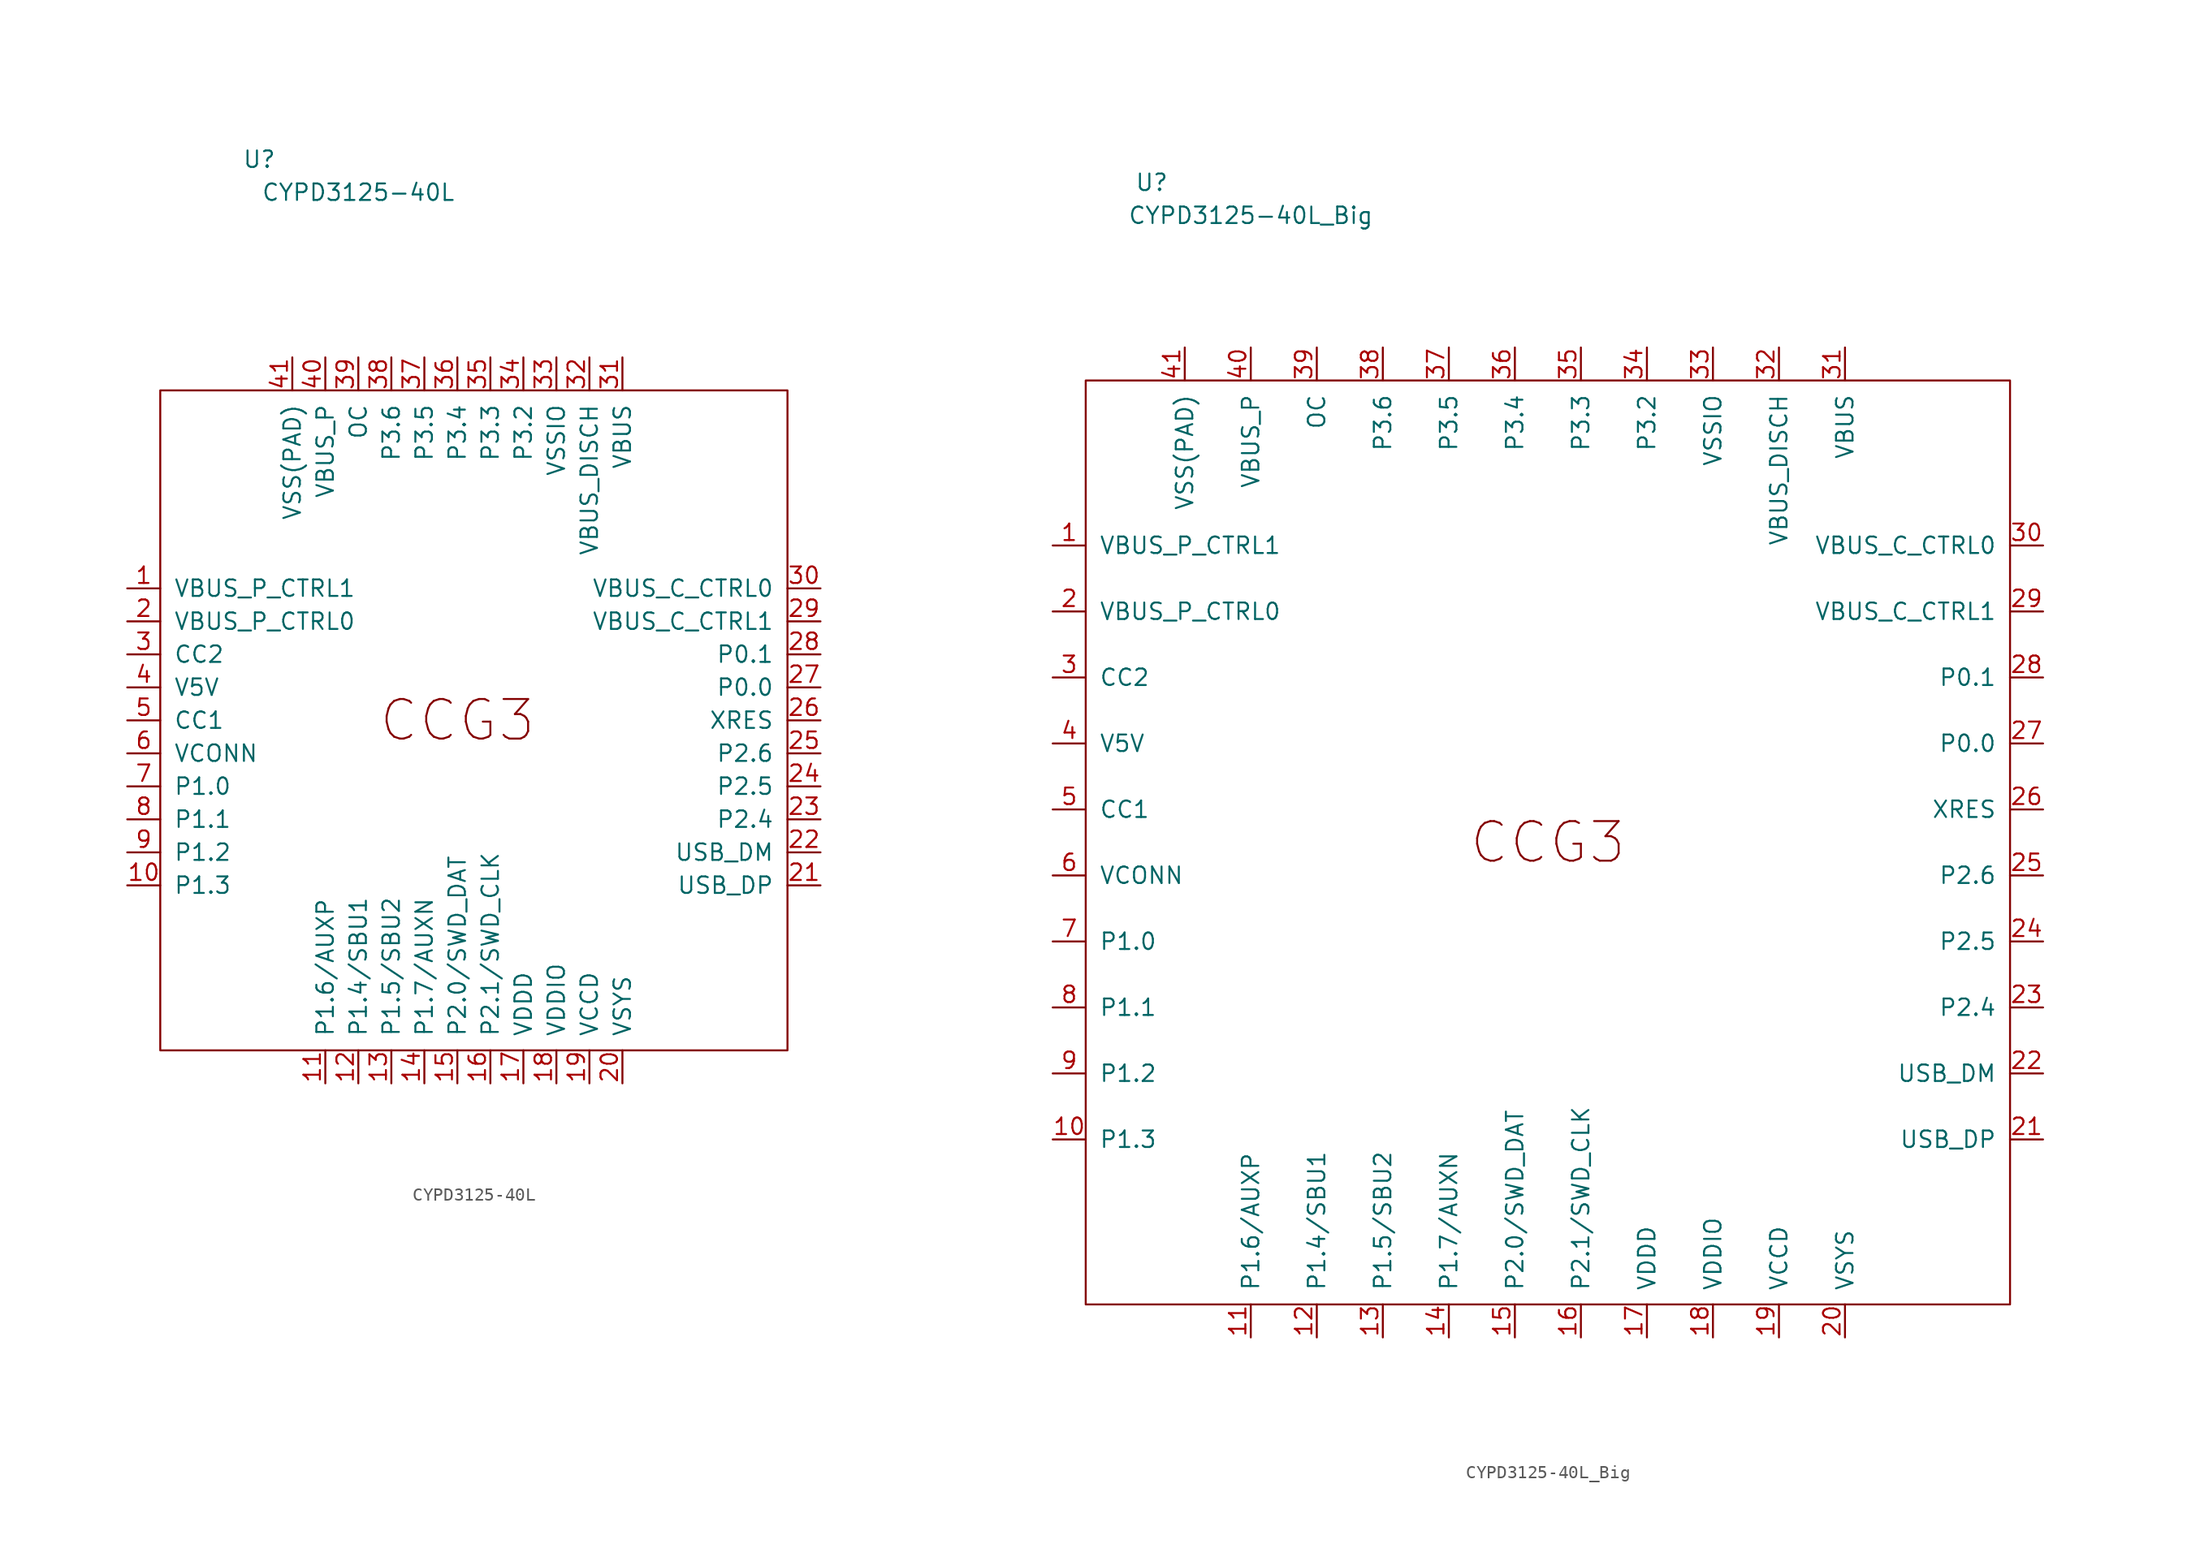
<source format=kicad_sym>
(kicad_symbol_lib
  (version 20220914)
  (generator kicad_symbol_editor)
  (symbol "CYPD3125-40L"
    (pin_names
      (offset 1.016))
    (property "Reference" "U"
      (at -15.24 43.18 0)
      (effects (font (size 1.27 1.27))))
    (property "Value" "CYPD3125-40L"
      (at -7.62 40.64 0)
      (effects (font (size 1.27 1.27))))
    (symbol "CYPD3125-40L_0_0"
      (text "CCG3" (at 0 0 0) (effects (font (size 3.048 3.048)))))
    (symbol "CYPD3125-40L_0_1"
      (rectangle (start -22.86 25.4) (end 25.4 -25.4) (stroke (width 0) (type default)) (fill (type none))))
    (symbol "CYPD3125-40L_1_1"
      (pin output line (at -25.4 10.16 0) (length 2.54) (name "VBUS_P_CTRL1" (effects (font (size 1.27 1.27)))) (number "1" (effects (font (size 1.27 1.27)))))
      (pin bidirectional line (at -25.4 -12.7 0) (length 2.54) (name "P1.3" (effects (font (size 1.27 1.27)))) (number "10" (effects (font (size 1.27 1.27)))))
      (pin input line (at -10.16 -27.94 90) (length 2.54) (name "P1.6/AUXP" (effects (font (size 1.27 1.27)))) (number "11" (effects (font (size 1.27 1.27)))))
      (pin input line (at -7.62 -27.94 90) (length 2.54) (name "P1.4/SBU1" (effects (font (size 1.27 1.27)))) (number "12" (effects (font (size 1.27 1.27)))))
      (pin input line (at -5.08 -27.94 90) (length 2.54) (name "P1.5/SBU2" (effects (font (size 1.27 1.27)))) (number "13" (effects (font (size 1.27 1.27)))))
      (pin input line (at -2.54 -27.94 90) (length 2.54) (name "P1.7/AUXN" (effects (font (size 1.27 1.27)))) (number "14" (effects (font (size 1.27 1.27)))))
      (pin bidirectional line (at 0 -27.94 90) (length 2.54) (name "P2.0/SWD_DAT" (effects (font (size 1.27 1.27)))) (number "15" (effects (font (size 1.27 1.27)))))
      (pin bidirectional line (at 2.54 -27.94 90) (length 2.54) (name "P2.1/SWD_CLK" (effects (font (size 1.27 1.27)))) (number "16" (effects (font (size 1.27 1.27)))))
      (pin power_in line (at 5.08 -27.94 90) (length 2.54) (name "VDDD" (effects (font (size 1.27 1.27)))) (number "17" (effects (font (size 1.27 1.27)))))
      (pin power_in line (at 7.62 -27.94 90) (length 2.54) (name "VDDIO" (effects (font (size 1.27 1.27)))) (number "18" (effects (font (size 1.27 1.27)))))
      (pin power_in line (at 10.16 -27.94 90) (length 2.54) (name "VCCD" (effects (font (size 1.27 1.27)))) (number "19" (effects (font (size 1.27 1.27)))))
      (pin output line (at -25.4 7.62 0) (length 2.54) (name "VBUS_P_CTRL0" (effects (font (size 1.27 1.27)))) (number "2" (effects (font (size 1.27 1.27)))))
      (pin power_in line (at 12.7 -27.94 90) (length 2.54) (name "VSYS" (effects (font (size 1.27 1.27)))) (number "20" (effects (font (size 1.27 1.27)))))
      (pin bidirectional line (at 27.94 -12.7 180) (length 2.54) (name "USB_DP" (effects (font (size 1.27 1.27)))) (number "21" (effects (font (size 1.27 1.27)))))
      (pin bidirectional line (at 27.94 -10.16 180) (length 2.54) (name "USB_DM" (effects (font (size 1.27 1.27)))) (number "22" (effects (font (size 1.27 1.27)))))
      (pin bidirectional line (at 27.94 -7.62 180) (length 2.54) (name "P2.4" (effects (font (size 1.27 1.27)))) (number "23" (effects (font (size 1.27 1.27)))))
      (pin bidirectional line (at 27.94 -5.08 180) (length 2.54) (name "P2.5" (effects (font (size 1.27 1.27)))) (number "24" (effects (font (size 1.27 1.27)))))
      (pin bidirectional line (at 27.94 -2.54 180) (length 2.54) (name "P2.6" (effects (font (size 1.27 1.27)))) (number "25" (effects (font (size 1.27 1.27)))))
      (pin input line (at 27.94 0 180) (length 2.54) (name "XRES" (effects (font (size 1.27 1.27)))) (number "26" (effects (font (size 1.27 1.27)))))
      (pin bidirectional line (at 27.94 2.54 180) (length 2.54) (name "P0.0" (effects (font (size 1.27 1.27)))) (number "27" (effects (font (size 1.27 1.27)))))
      (pin bidirectional line (at 27.94 5.08 180) (length 2.54) (name "P0.1" (effects (font (size 1.27 1.27)))) (number "28" (effects (font (size 1.27 1.27)))))
      (pin output line (at 27.94 7.62 180) (length 2.54) (name "VBUS_C_CTRL1" (effects (font (size 1.27 1.27)))) (number "29" (effects (font (size 1.27 1.27)))))
      (pin input line (at -25.4 5.08 0) (length 2.54) (name "CC2" (effects (font (size 1.27 1.27)))) (number "3" (effects (font (size 1.27 1.27)))))
      (pin output line (at 27.94 10.16 180) (length 2.54) (name "VBUS_C_CTRL0" (effects (font (size 1.27 1.27)))) (number "30" (effects (font (size 1.27 1.27)))))
      (pin power_in line (at 12.7 27.94 270) (length 2.54) (name "VBUS" (effects (font (size 1.27 1.27)))) (number "31" (effects (font (size 1.27 1.27)))))
      (pin passive line (at 10.16 27.94 270) (length 2.54) (name "VBUS_DISCH" (effects (font (size 1.27 1.27)))) (number "32" (effects (font (size 1.27 1.27)))))
      (pin passive line (at 7.62 27.94 270) (length 2.54) (name "VSSIO" (effects (font (size 1.27 1.27)))) (number "33" (effects (font (size 1.27 1.27)))))
      (pin bidirectional line (at 5.08 27.94 270) (length 2.54) (name "P3.2" (effects (font (size 1.27 1.27)))) (number "34" (effects (font (size 1.27 1.27)))))
      (pin bidirectional line (at 2.54 27.94 270) (length 2.54) (name "P3.3" (effects (font (size 1.27 1.27)))) (number "35" (effects (font (size 1.27 1.27)))))
      (pin bidirectional line (at 0 27.94 270) (length 2.54) (name "P3.4" (effects (font (size 1.27 1.27)))) (number "36" (effects (font (size 1.27 1.27)))))
      (pin bidirectional line (at -2.54 27.94 270) (length 2.54) (name "P3.5" (effects (font (size 1.27 1.27)))) (number "37" (effects (font (size 1.27 1.27)))))
      (pin bidirectional line (at -5.08 27.94 270) (length 2.54) (name "P3.6" (effects (font (size 1.27 1.27)))) (number "38" (effects (font (size 1.27 1.27)))))
      (pin input line (at -7.62 27.94 270) (length 2.54) (name "OC" (effects (font (size 1.27 1.27)))) (number "39" (effects (font (size 1.27 1.27)))))
      (pin power_in line (at -25.4 2.54 0) (length 2.54) (name "V5V" (effects (font (size 1.27 1.27)))) (number "4" (effects (font (size 1.27 1.27)))))
      (pin output line (at -10.16 27.94 270) (length 2.54) (name "VBUS_P" (effects (font (size 1.27 1.27)))) (number "40" (effects (font (size 1.27 1.27)))))
      (pin passive line (at -12.7 27.94 270) (length 2.54) (name "VSS(PAD)" (effects (font (size 1.27 1.27)))) (number "41" (effects (font (size 1.27 1.27)))))
      (pin input line (at -25.4 0 0) (length 2.54) (name "CC1" (effects (font (size 1.27 1.27)))) (number "5" (effects (font (size 1.27 1.27)))))
      (pin power_in line (at -25.4 -2.54 0) (length 2.54) (name "VCONN" (effects (font (size 1.27 1.27)))) (number "6" (effects (font (size 1.27 1.27)))))
      (pin bidirectional line (at -25.4 -5.08 0) (length 2.54) (name "P1.0" (effects (font (size 1.27 1.27)))) (number "7" (effects (font (size 1.27 1.27)))))
      (pin bidirectional line (at -25.4 -7.62 0) (length 2.54) (name "P1.1" (effects (font (size 1.27 1.27)))) (number "8" (effects (font (size 1.27 1.27)))))
      (pin bidirectional line (at -25.4 -10.16 0) (length 2.54) (name "P1.2" (effects (font (size 1.27 1.27)))) (number "9" (effects (font (size 1.27 1.27)))))))
  (symbol "CYPD3125-40L_Big"
    (pin_names
      (offset 1.016))
    (property "Reference" "U"
      (at -30.48 50.8 0)
      (effects (font (size 1.27 1.27))))
    (property "Value" "CYPD3125-40L_Big"
      (at -22.86 48.26 0)
      (effects (font (size 1.27 1.27))))
    (symbol "CYPD3125-40L_Big_0_0"
      (text "CCG3" (at 0 0 0) (effects (font (size 3.048 3.048)))))
    (symbol "CYPD3125-40L_Big_0_1"
      (rectangle (start -35.56 35.56) (end 35.56 -35.56) (stroke (width 0) (type default)) (fill (type none))))
    (symbol "CYPD3125-40L_Big_1_1"
      (pin output line (at -38.1 22.86 0) (length 2.54) (name "VBUS_P_CTRL1" (effects (font (size 1.27 1.27)))) (number "1" (effects (font (size 1.27 1.27)))))
      (pin bidirectional line (at -38.1 -22.86 0) (length 2.54) (name "P1.3" (effects (font (size 1.27 1.27)))) (number "10" (effects (font (size 1.27 1.27)))))
      (pin input line (at -22.86 -38.1 90) (length 2.54) (name "P1.6/AUXP" (effects (font (size 1.27 1.27)))) (number "11" (effects (font (size 1.27 1.27)))))
      (pin input line (at -17.78 -38.1 90) (length 2.54) (name "P1.4/SBU1" (effects (font (size 1.27 1.27)))) (number "12" (effects (font (size 1.27 1.27)))))
      (pin input line (at -12.7 -38.1 90) (length 2.54) (name "P1.5/SBU2" (effects (font (size 1.27 1.27)))) (number "13" (effects (font (size 1.27 1.27)))))
      (pin input line (at -7.62 -38.1 90) (length 2.54) (name "P1.7/AUXN" (effects (font (size 1.27 1.27)))) (number "14" (effects (font (size 1.27 1.27)))))
      (pin bidirectional line (at -2.54 -38.1 90) (length 2.54) (name "P2.0/SWD_DAT" (effects (font (size 1.27 1.27)))) (number "15" (effects (font (size 1.27 1.27)))))
      (pin bidirectional line (at 2.54 -38.1 90) (length 2.54) (name "P2.1/SWD_CLK" (effects (font (size 1.27 1.27)))) (number "16" (effects (font (size 1.27 1.27)))))
      (pin power_in line (at 7.62 -38.1 90) (length 2.54) (name "VDDD" (effects (font (size 1.27 1.27)))) (number "17" (effects (font (size 1.27 1.27)))))
      (pin power_in line (at 12.7 -38.1 90) (length 2.54) (name "VDDIO" (effects (font (size 1.27 1.27)))) (number "18" (effects (font (size 1.27 1.27)))))
      (pin power_in line (at 17.78 -38.1 90) (length 2.54) (name "VCCD" (effects (font (size 1.27 1.27)))) (number "19" (effects (font (size 1.27 1.27)))))
      (pin output line (at -38.1 17.78 0) (length 2.54) (name "VBUS_P_CTRL0" (effects (font (size 1.27 1.27)))) (number "2" (effects (font (size 1.27 1.27)))))
      (pin power_in line (at 22.86 -38.1 90) (length 2.54) (name "VSYS" (effects (font (size 1.27 1.27)))) (number "20" (effects (font (size 1.27 1.27)))))
      (pin bidirectional line (at 38.1 -22.86 180) (length 2.54) (name "USB_DP" (effects (font (size 1.27 1.27)))) (number "21" (effects (font (size 1.27 1.27)))))
      (pin bidirectional line (at 38.1 -17.78 180) (length 2.54) (name "USB_DM" (effects (font (size 1.27 1.27)))) (number "22" (effects (font (size 1.27 1.27)))))
      (pin bidirectional line (at 38.1 -12.7 180) (length 2.54) (name "P2.4" (effects (font (size 1.27 1.27)))) (number "23" (effects (font (size 1.27 1.27)))))
      (pin bidirectional line (at 38.1 -7.62 180) (length 2.54) (name "P2.5" (effects (font (size 1.27 1.27)))) (number "24" (effects (font (size 1.27 1.27)))))
      (pin bidirectional line (at 38.1 -2.54 180) (length 2.54) (name "P2.6" (effects (font (size 1.27 1.27)))) (number "25" (effects (font (size 1.27 1.27)))))
      (pin input line (at 38.1 2.54 180) (length 2.54) (name "XRES" (effects (font (size 1.27 1.27)))) (number "26" (effects (font (size 1.27 1.27)))))
      (pin bidirectional line (at 38.1 7.62 180) (length 2.54) (name "P0.0" (effects (font (size 1.27 1.27)))) (number "27" (effects (font (size 1.27 1.27)))))
      (pin bidirectional line (at 38.1 12.7 180) (length 2.54) (name "P0.1" (effects (font (size 1.27 1.27)))) (number "28" (effects (font (size 1.27 1.27)))))
      (pin output line (at 38.1 17.78 180) (length 2.54) (name "VBUS_C_CTRL1" (effects (font (size 1.27 1.27)))) (number "29" (effects (font (size 1.27 1.27)))))
      (pin input line (at -38.1 12.7 0) (length 2.54) (name "CC2" (effects (font (size 1.27 1.27)))) (number "3" (effects (font (size 1.27 1.27)))))
      (pin output line (at 38.1 22.86 180) (length 2.54) (name "VBUS_C_CTRL0" (effects (font (size 1.27 1.27)))) (number "30" (effects (font (size 1.27 1.27)))))
      (pin power_in line (at 22.86 38.1 270) (length 2.54) (name "VBUS" (effects (font (size 1.27 1.27)))) (number "31" (effects (font (size 1.27 1.27)))))
      (pin passive line (at 17.78 38.1 270) (length 2.54) (name "VBUS_DISCH" (effects (font (size 1.27 1.27)))) (number "32" (effects (font (size 1.27 1.27)))))
      (pin passive line (at 12.7 38.1 270) (length 2.54) (name "VSSIO" (effects (font (size 1.27 1.27)))) (number "33" (effects (font (size 1.27 1.27)))))
      (pin bidirectional line (at 7.62 38.1 270) (length 2.54) (name "P3.2" (effects (font (size 1.27 1.27)))) (number "34" (effects (font (size 1.27 1.27)))))
      (pin bidirectional line (at 2.54 38.1 270) (length 2.54) (name "P3.3" (effects (font (size 1.27 1.27)))) (number "35" (effects (font (size 1.27 1.27)))))
      (pin bidirectional line (at -2.54 38.1 270) (length 2.54) (name "P3.4" (effects (font (size 1.27 1.27)))) (number "36" (effects (font (size 1.27 1.27)))))
      (pin bidirectional line (at -7.62 38.1 270) (length 2.54) (name "P3.5" (effects (font (size 1.27 1.27)))) (number "37" (effects (font (size 1.27 1.27)))))
      (pin bidirectional line (at -12.7 38.1 270) (length 2.54) (name "P3.6" (effects (font (size 1.27 1.27)))) (number "38" (effects (font (size 1.27 1.27)))))
      (pin input line (at -17.78 38.1 270) (length 2.54) (name "OC" (effects (font (size 1.27 1.27)))) (number "39" (effects (font (size 1.27 1.27)))))
      (pin power_in line (at -38.1 7.62 0) (length 2.54) (name "V5V" (effects (font (size 1.27 1.27)))) (number "4" (effects (font (size 1.27 1.27)))))
      (pin output line (at -22.86 38.1 270) (length 2.54) (name "VBUS_P" (effects (font (size 1.27 1.27)))) (number "40" (effects (font (size 1.27 1.27)))))
      (pin passive line (at -27.94 38.1 270) (length 2.54) (name "VSS(PAD)" (effects (font (size 1.27 1.27)))) (number "41" (effects (font (size 1.27 1.27)))))
      (pin input line (at -38.1 2.54 0) (length 2.54) (name "CC1" (effects (font (size 1.27 1.27)))) (number "5" (effects (font (size 1.27 1.27)))))
      (pin power_in line (at -38.1 -2.54 0) (length 2.54) (name "VCONN" (effects (font (size 1.27 1.27)))) (number "6" (effects (font (size 1.27 1.27)))))
      (pin bidirectional line (at -38.1 -7.62 0) (length 2.54) (name "P1.0" (effects (font (size 1.27 1.27)))) (number "7" (effects (font (size 1.27 1.27)))))
      (pin bidirectional line (at -38.1 -12.7 0) (length 2.54) (name "P1.1" (effects (font (size 1.27 1.27)))) (number "8" (effects (font (size 1.27 1.27)))))
      (pin bidirectional line (at -38.1 -17.78 0) (length 2.54) (name "P1.2" (effects (font (size 1.27 1.27)))) (number "9" (effects (font (size 1.27 1.27))))))))
</source>
